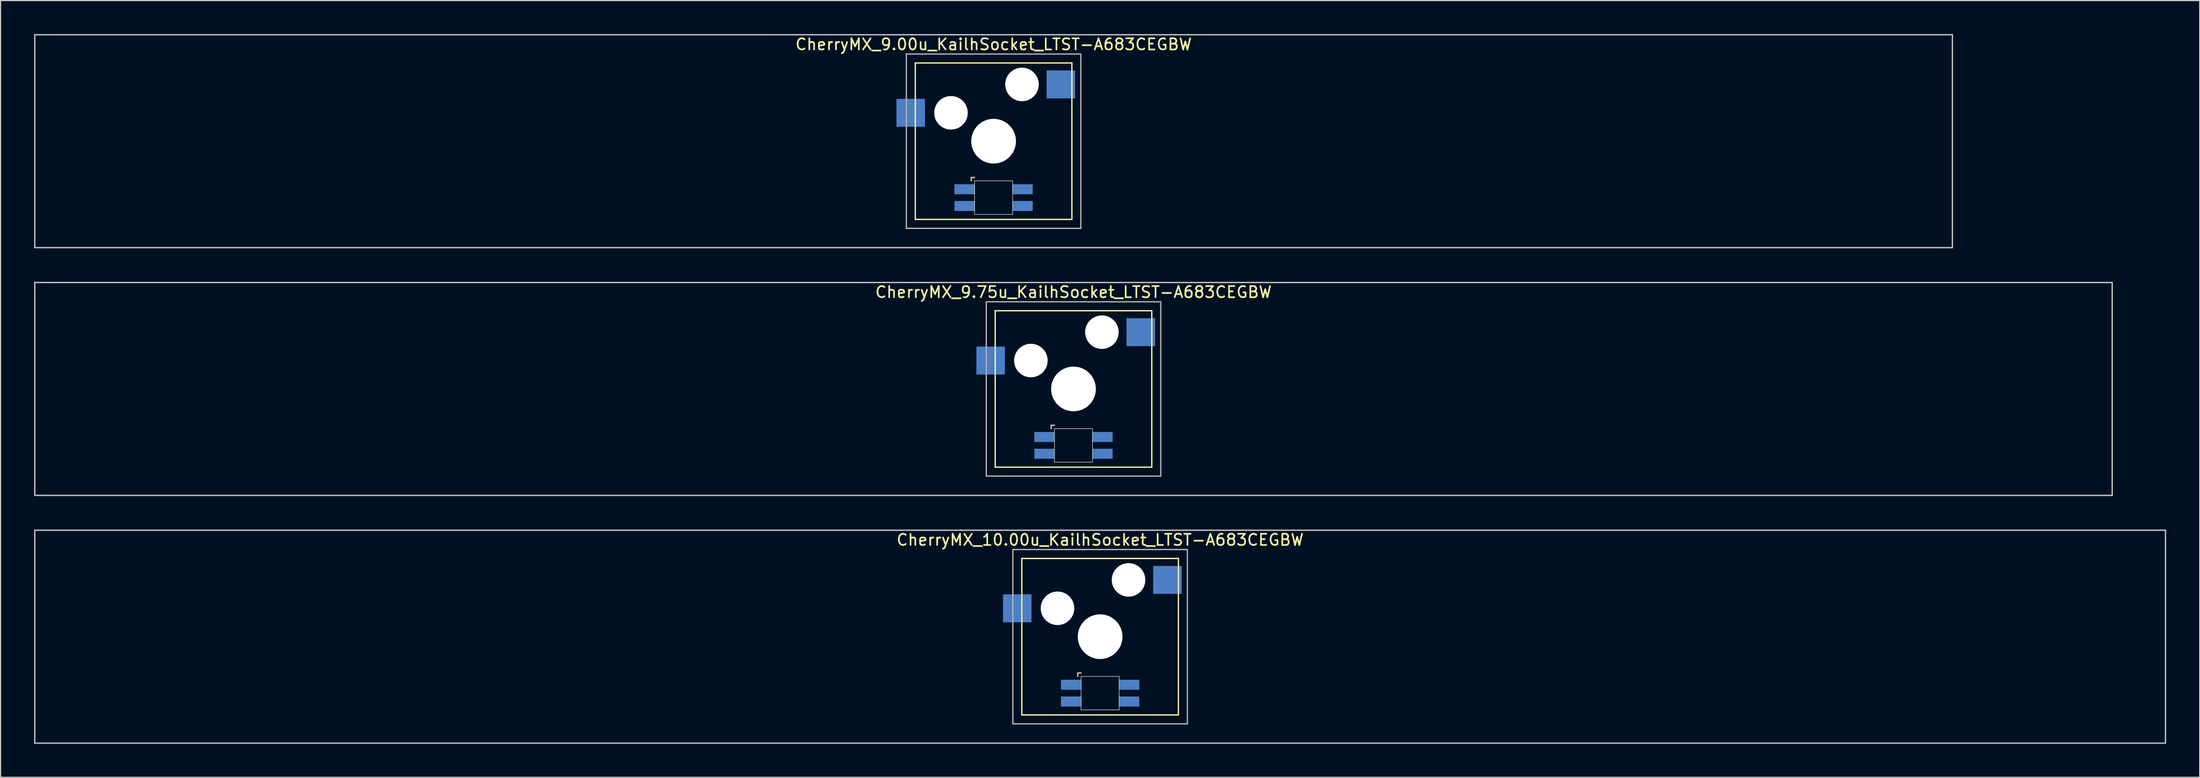
<source format=kicad_pcb>
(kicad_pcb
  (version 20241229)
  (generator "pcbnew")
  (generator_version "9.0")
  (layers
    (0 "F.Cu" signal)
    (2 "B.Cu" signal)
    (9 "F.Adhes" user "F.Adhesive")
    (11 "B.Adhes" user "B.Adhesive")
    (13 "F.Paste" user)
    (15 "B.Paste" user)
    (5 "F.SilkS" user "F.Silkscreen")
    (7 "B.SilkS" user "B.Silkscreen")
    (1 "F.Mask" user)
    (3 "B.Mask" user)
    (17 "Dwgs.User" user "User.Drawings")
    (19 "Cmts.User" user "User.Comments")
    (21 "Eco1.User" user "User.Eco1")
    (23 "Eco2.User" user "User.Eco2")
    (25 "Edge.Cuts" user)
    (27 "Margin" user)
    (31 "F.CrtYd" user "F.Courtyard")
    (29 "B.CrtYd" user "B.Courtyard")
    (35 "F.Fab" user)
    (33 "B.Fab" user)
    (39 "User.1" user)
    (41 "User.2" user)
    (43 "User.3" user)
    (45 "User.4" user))
  (footprint "CherryMX_10.00u_KailhSocket_LTST-A683CEGBW"
    (layer "F.Cu")
    (at 95.31 53.925)
    (property "Reference" "CherryMX_10.00u_KailhSocket_LTST-A683CEGBW" (at 0 -8.662 0) (layer "F.SilkS") (effects (font (size 1 1) (thickness 0.15))))
    (attr through_hole)
    (fp_line (start -7 -7) (end -7 7) (stroke (width 0.12) (type solid)) (layer "F.SilkS"))
    (fp_line (start -7 -7) (end 7 -7) (stroke (width 0.12) (type solid)) (layer "F.SilkS"))
    (fp_line (start 7 -7) (end 7 7) (stroke (width 0.12) (type solid)) (layer "F.SilkS"))
    (fp_line (start 7 7) (end -7 7) (stroke (width 0.12) (type solid)) (layer "F.SilkS"))
    (fp_line (start -2 3.25) (end -2 3.55) (stroke (width 0.12) (type solid)) (layer "B.SilkS"))
    (fp_line (start -1.7 3.25) (end -2 3.25) (stroke (width 0.12) (type solid)) (layer "B.SilkS"))
    (fp_line (start -95.25 -9.525) (end 95.25 -9.525) (stroke (width 0.12) (type solid)) (layer "Dwgs.User"))
    (fp_line (start -95.25 9.525) (end -95.25 -9.525) (stroke (width 0.12) (type solid)) (layer "Dwgs.User"))
    (fp_line (start 95.25 -9.525) (end 95.25 9.525) (stroke (width 0.12) (type solid)) (layer "Dwgs.User"))
    (fp_line (start 95.25 9.525) (end -95.25 9.525) (stroke (width 0.12) (type solid)) (layer "Dwgs.User"))
    (fp_line (start -1.7 3.55) (end 1.7 3.55) (stroke (width 0.05) (type solid)) (layer "Edge.Cuts"))
    (fp_line (start -1.7 6.55) (end -1.7 3.55) (stroke (width 0.05) (type solid)) (layer "Edge.Cuts"))
    (fp_line (start 1.7 3.55) (end 1.7 6.55) (stroke (width 0.05) (type solid)) (layer "Edge.Cuts"))
    (fp_line (start 1.7 6.55) (end -1.7 6.55) (stroke (width 0.05) (type solid)) (layer "Edge.Cuts"))
    (fp_line (start -7.8 -7.8) (end -7.8 7.8) (stroke (width 0.12) (type solid)) (layer "F.Fab"))
    (fp_line (start -7.8 -7.8) (end 7.8 -7.8) (stroke (width 0.12) (type solid)) (layer "F.Fab"))
    (fp_line (start -7.8 7.8) (end 7.8 7.8) (stroke (width 0.12) (type solid)) (layer "F.Fab"))
    (fp_line (start 7.8 -7.8) (end 7.8 7.8) (stroke (width 0.12) (type solid)) (layer "F.Fab"))
    (pad "" np_thru_hole circle (at -3.81 -2.54) (size 3 3) (drill 3) (layers "*.Cu" "*.Mask"))
    (pad "" np_thru_hole circle (at 0 0) (size 4 4) (drill 4) (layers "*.Cu" "*.Mask"))
    (pad "" np_thru_hole circle (at 2.54 -5.08) (size 3 3) (drill 3) (layers "*.Cu" "*.Mask"))
    (pad "1" smd rect (at -7.41 -2.54) (size 2.55 2.5) (layers "B.Cu" "B.Mask" "B.Paste"))
    (pad "2" smd rect (at 6.015 -5.08) (size 2.55 2.5) (layers "B.Cu" "B.Mask" "B.Paste"))
    (pad "3" smd rect (at -2.6 4.3) (size 1.8 0.9) (layers "B.Cu" "B.Mask" "B.Paste"))
    (pad "4" smd rect (at -2.6 5.8) (size 1.8 0.9) (layers "B.Cu" "B.Mask" "B.Paste"))
    (pad "5" smd rect (at 2.6 4.3) (size 1.8 0.9) (layers "B.Cu" "B.Mask" "B.Paste"))
    (pad "6" smd rect (at 2.6 5.8) (size 1.8 0.9) (layers "B.Cu" "B.Mask" "B.Paste")))
  (footprint "CherryMX_9.00u_KailhSocket_LTST-A683CEGBW"
    (layer "F.Cu")
    (at 85.785 9.585)
    (property "Reference" "CherryMX_9.00u_KailhSocket_LTST-A683CEGBW" (at 0 -8.662 0) (layer "F.SilkS") (effects (font (size 1 1) (thickness 0.15))))
    (attr through_hole)
    (fp_line (start -7 -7) (end -7 7) (stroke (width 0.12) (type solid)) (layer "F.SilkS"))
    (fp_line (start -7 -7) (end 7 -7) (stroke (width 0.12) (type solid)) (layer "F.SilkS"))
    (fp_line (start 7 -7) (end 7 7) (stroke (width 0.12) (type solid)) (layer "F.SilkS"))
    (fp_line (start 7 7) (end -7 7) (stroke (width 0.12) (type solid)) (layer "F.SilkS"))
    (fp_line (start -2 3.25) (end -2 3.55) (stroke (width 0.12) (type solid)) (layer "B.SilkS"))
    (fp_line (start -1.7 3.25) (end -2 3.25) (stroke (width 0.12) (type solid)) (layer "B.SilkS"))
    (fp_line (start -85.725 -9.525) (end 85.725 -9.525) (stroke (width 0.12) (type solid)) (layer "Dwgs.User"))
    (fp_line (start -85.725 9.525) (end -85.725 -9.525) (stroke (width 0.12) (type solid)) (layer "Dwgs.User"))
    (fp_line (start 85.725 -9.525) (end 85.725 9.525) (stroke (width 0.12) (type solid)) (layer "Dwgs.User"))
    (fp_line (start 85.725 9.525) (end -85.725 9.525) (stroke (width 0.12) (type solid)) (layer "Dwgs.User"))
    (fp_line (start -1.7 3.55) (end 1.7 3.55) (stroke (width 0.05) (type solid)) (layer "Edge.Cuts"))
    (fp_line (start -1.7 6.55) (end -1.7 3.55) (stroke (width 0.05) (type solid)) (layer "Edge.Cuts"))
    (fp_line (start 1.7 3.55) (end 1.7 6.55) (stroke (width 0.05) (type solid)) (layer "Edge.Cuts"))
    (fp_line (start 1.7 6.55) (end -1.7 6.55) (stroke (width 0.05) (type solid)) (layer "Edge.Cuts"))
    (fp_line (start -7.8 -7.8) (end -7.8 7.8) (stroke (width 0.12) (type solid)) (layer "F.Fab"))
    (fp_line (start -7.8 -7.8) (end 7.8 -7.8) (stroke (width 0.12) (type solid)) (layer "F.Fab"))
    (fp_line (start -7.8 7.8) (end 7.8 7.8) (stroke (width 0.12) (type solid)) (layer "F.Fab"))
    (fp_line (start 7.8 -7.8) (end 7.8 7.8) (stroke (width 0.12) (type solid)) (layer "F.Fab"))
    (pad "" np_thru_hole circle (at -3.81 -2.54) (size 3 3) (drill 3) (layers "*.Cu" "*.Mask"))
    (pad "" np_thru_hole circle (at 0 0) (size 4 4) (drill 4) (layers "*.Cu" "*.Mask"))
    (pad "" np_thru_hole circle (at 2.54 -5.08) (size 3 3) (drill 3) (layers "*.Cu" "*.Mask"))
    (pad "1" smd rect (at -7.41 -2.54) (size 2.55 2.5) (layers "B.Cu" "B.Mask" "B.Paste"))
    (pad "2" smd rect (at 6.015 -5.08) (size 2.55 2.5) (layers "B.Cu" "B.Mask" "B.Paste"))
    (pad "3" smd rect (at -2.6 4.3) (size 1.8 0.9) (layers "B.Cu" "B.Mask" "B.Paste"))
    (pad "4" smd rect (at -2.6 5.8) (size 1.8 0.9) (layers "B.Cu" "B.Mask" "B.Paste"))
    (pad "5" smd rect (at 2.6 4.3) (size 1.8 0.9) (layers "B.Cu" "B.Mask" "B.Paste"))
    (pad "6" smd rect (at 2.6 5.8) (size 1.8 0.9) (layers "B.Cu" "B.Mask" "B.Paste")))
  (footprint "CherryMX_9.75u_KailhSocket_LTST-A683CEGBW"
    (layer "F.Cu")
    (at 92.929 31.755)
    (property "Reference" "CherryMX_9.75u_KailhSocket_LTST-A683CEGBW" (at 0 -8.662 0) (layer "F.SilkS") (effects (font (size 1 1) (thickness 0.15))))
    (attr through_hole)
    (fp_line (start -7 -7) (end -7 7) (stroke (width 0.12) (type solid)) (layer "F.SilkS"))
    (fp_line (start -7 -7) (end 7 -7) (stroke (width 0.12) (type solid)) (layer "F.SilkS"))
    (fp_line (start 7 -7) (end 7 7) (stroke (width 0.12) (type solid)) (layer "F.SilkS"))
    (fp_line (start 7 7) (end -7 7) (stroke (width 0.12) (type solid)) (layer "F.SilkS"))
    (fp_line (start -2 3.25) (end -2 3.55) (stroke (width 0.12) (type solid)) (layer "B.SilkS"))
    (fp_line (start -1.7 3.25) (end -2 3.25) (stroke (width 0.12) (type solid)) (layer "B.SilkS"))
    (fp_line (start -92.869 -9.525) (end 92.869 -9.525) (stroke (width 0.12) (type solid)) (layer "Dwgs.User"))
    (fp_line (start -92.869 9.525) (end -92.869 -9.525) (stroke (width 0.12) (type solid)) (layer "Dwgs.User"))
    (fp_line (start 92.869 -9.525) (end 92.869 9.525) (stroke (width 0.12) (type solid)) (layer "Dwgs.User"))
    (fp_line (start 92.869 9.525) (end -92.869 9.525) (stroke (width 0.12) (type solid)) (layer "Dwgs.User"))
    (fp_line (start -1.7 3.55) (end 1.7 3.55) (stroke (width 0.05) (type solid)) (layer "Edge.Cuts"))
    (fp_line (start -1.7 6.55) (end -1.7 3.55) (stroke (width 0.05) (type solid)) (layer "Edge.Cuts"))
    (fp_line (start 1.7 3.55) (end 1.7 6.55) (stroke (width 0.05) (type solid)) (layer "Edge.Cuts"))
    (fp_line (start 1.7 6.55) (end -1.7 6.55) (stroke (width 0.05) (type solid)) (layer "Edge.Cuts"))
    (fp_line (start -7.8 -7.8) (end -7.8 7.8) (stroke (width 0.12) (type solid)) (layer "F.Fab"))
    (fp_line (start -7.8 -7.8) (end 7.8 -7.8) (stroke (width 0.12) (type solid)) (layer "F.Fab"))
    (fp_line (start -7.8 7.8) (end 7.8 7.8) (stroke (width 0.12) (type solid)) (layer "F.Fab"))
    (fp_line (start 7.8 -7.8) (end 7.8 7.8) (stroke (width 0.12) (type solid)) (layer "F.Fab"))
    (pad "" np_thru_hole circle (at -3.81 -2.54) (size 3 3) (drill 3) (layers "*.Cu" "*.Mask"))
    (pad "" np_thru_hole circle (at 0 0) (size 4 4) (drill 4) (layers "*.Cu" "*.Mask"))
    (pad "" np_thru_hole circle (at 2.54 -5.08) (size 3 3) (drill 3) (layers "*.Cu" "*.Mask"))
    (pad "1" smd rect (at -7.41 -2.54) (size 2.55 2.5) (layers "B.Cu" "B.Mask" "B.Paste"))
    (pad "2" smd rect (at 6.015 -5.08) (size 2.55 2.5) (layers "B.Cu" "B.Mask" "B.Paste"))
    (pad "3" smd rect (at -2.6 4.3) (size 1.8 0.9) (layers "B.Cu" "B.Mask" "B.Paste"))
    (pad "4" smd rect (at -2.6 5.8) (size 1.8 0.9) (layers "B.Cu" "B.Mask" "B.Paste"))
    (pad "5" smd rect (at 2.6 4.3) (size 1.8 0.9) (layers "B.Cu" "B.Mask" "B.Paste"))
    (pad "6" smd rect (at 2.6 5.8) (size 1.8 0.9) (layers "B.Cu" "B.Mask" "B.Paste")))
  (gr_rect
    (start -3 -3)
    (end 193.62 66.51)
    (stroke (width 0.1) (type default))
    (fill no)
    (layer "Edge.Cuts")))
</source>
